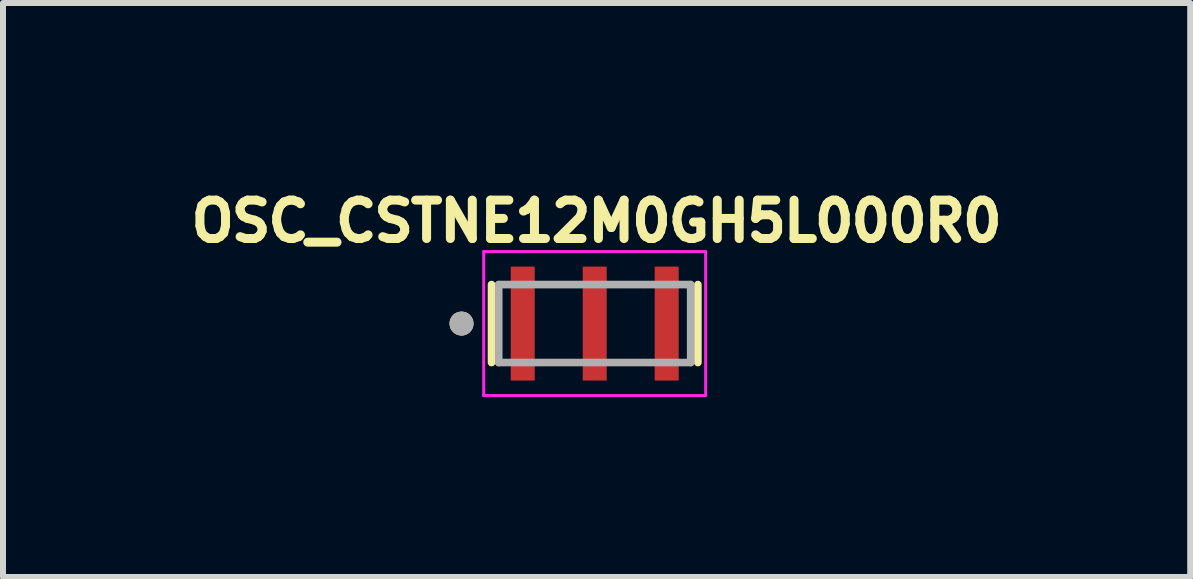
<source format=kicad_pcb>
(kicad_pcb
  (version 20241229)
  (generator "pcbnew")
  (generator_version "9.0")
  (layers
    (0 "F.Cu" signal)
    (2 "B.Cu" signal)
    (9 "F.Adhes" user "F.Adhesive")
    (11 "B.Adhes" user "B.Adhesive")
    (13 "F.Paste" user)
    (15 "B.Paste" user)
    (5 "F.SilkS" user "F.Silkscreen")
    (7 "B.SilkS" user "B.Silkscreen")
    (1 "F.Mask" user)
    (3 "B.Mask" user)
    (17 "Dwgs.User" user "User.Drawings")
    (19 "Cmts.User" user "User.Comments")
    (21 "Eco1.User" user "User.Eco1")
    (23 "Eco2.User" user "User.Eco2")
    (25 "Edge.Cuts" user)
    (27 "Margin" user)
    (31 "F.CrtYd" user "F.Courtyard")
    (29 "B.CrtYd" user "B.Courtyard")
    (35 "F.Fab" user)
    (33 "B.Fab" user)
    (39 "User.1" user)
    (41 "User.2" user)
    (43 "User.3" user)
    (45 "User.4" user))
  (footprint "OSC_CSTNE12M0GH5L000R0"
    (layer "F.Cu")
    (at 6.864 2.344)
    (property "Reference" "OSC_CSTNE12M0GH5L000R0" (at 0.032 -1.706 0) (layer "F.SilkS") (effects (font (size 0.64 0.64) (thickness 0.15))))
    (attr smd)
    (fp_line (start -1.72 -0.65) (end -1.72 0.65) (stroke (width 0.127) (type solid)) (layer "F.SilkS"))
    (fp_line (start 1.72 -0.65) (end 1.72 0.65) (stroke (width 0.127) (type solid)) (layer "F.SilkS"))
    (fp_circle (center -2.22 0) (end -2.12 0) (stroke (width 0.2) (type solid)) (fill no) (layer "F.SilkS"))
    (fp_line (start -1.85 -1.2) (end 1.85 -1.2) (stroke (width 0.05) (type solid)) (layer "F.CrtYd"))
    (fp_line (start -1.85 1.2) (end -1.85 -1.2) (stroke (width 0.05) (type solid)) (layer "F.CrtYd"))
    (fp_line (start 1.85 -1.2) (end 1.85 1.2) (stroke (width 0.05) (type solid)) (layer "F.CrtYd"))
    (fp_line (start 1.85 1.2) (end -1.85 1.2) (stroke (width 0.05) (type solid)) (layer "F.CrtYd"))
    (fp_line (start -1.6 -0.65) (end -1.6 0.65) (stroke (width 0.127) (type solid)) (layer "F.Fab"))
    (fp_line (start -1.6 -0.65) (end 1.6 -0.65) (stroke (width 0.127) (type solid)) (layer "F.Fab"))
    (fp_line (start 1.6 -0.65) (end 1.6 0.65) (stroke (width 0.127) (type solid)) (layer "F.Fab"))
    (fp_line (start 1.6 0.65) (end -1.6 0.65) (stroke (width 0.127) (type solid)) (layer "F.Fab"))
    (fp_circle (center -2.22 0) (end -2.12 0) (stroke (width 0.2) (type solid)) (fill no) (layer "F.Fab"))
    (pad "1" smd rect (at -1.2 0) (size 0.4 1.9) (layers "F.Cu" "F.Mask" "F.Paste"))
    (pad "2" smd rect (at 0 0) (size 0.4 1.9) (layers "F.Cu" "F.Mask" "F.Paste"))
    (pad "3" smd rect (at 1.2 0) (size 0.4 1.9) (layers "F.Cu" "F.Mask" "F.Paste")))
  (gr_rect
    (start -3 -3)
    (end 16.792 6.569)
    (stroke (width 0.1) (type default))
    (fill no)
    (layer "Edge.Cuts")))
</source>
